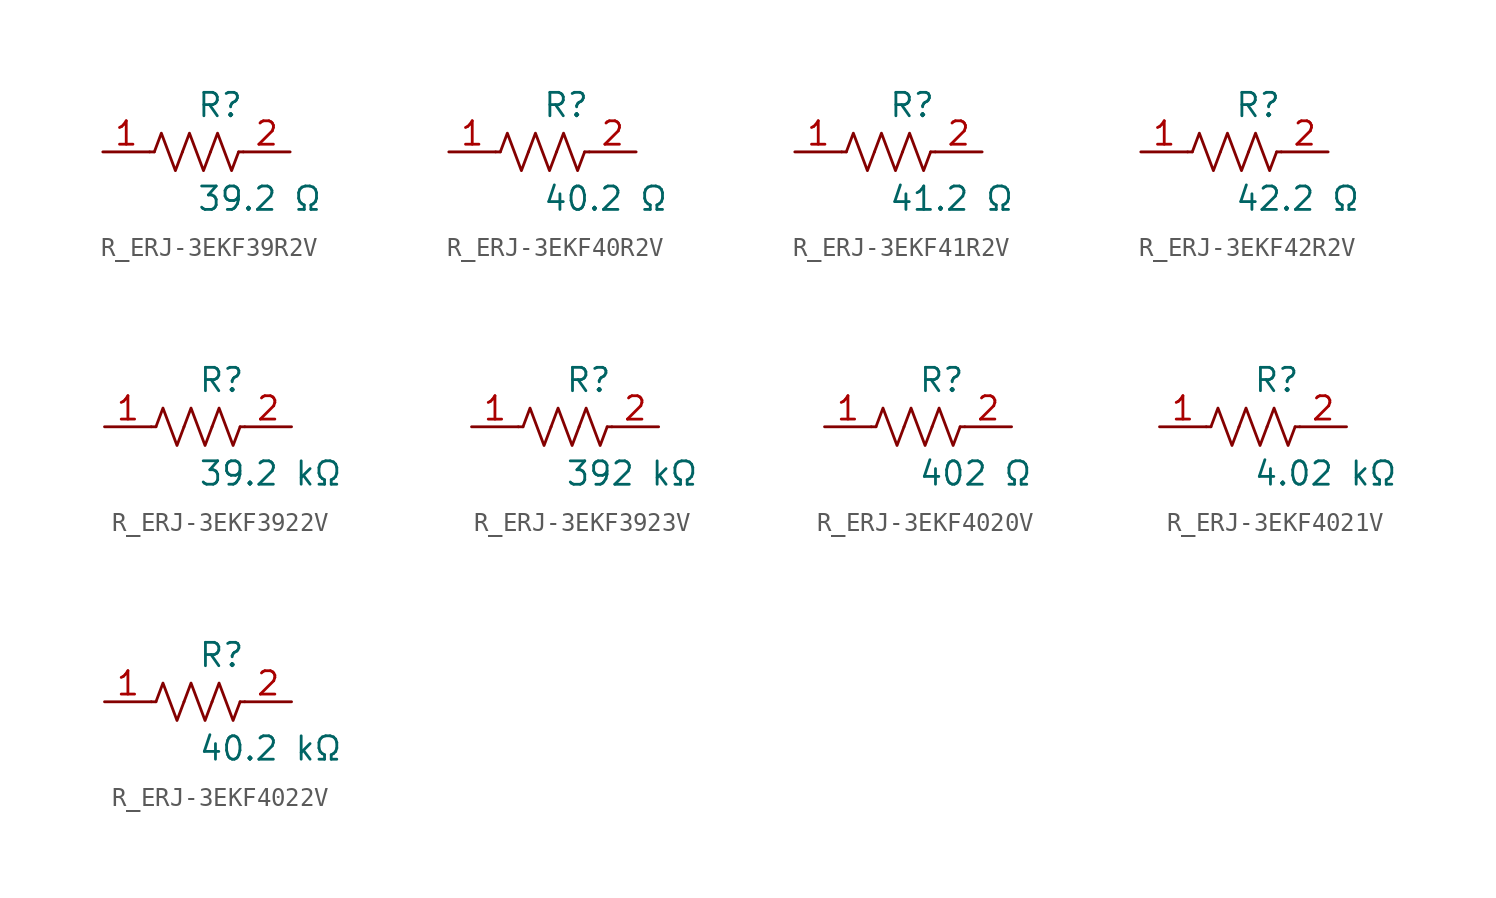
<source format=kicad_sym>
(kicad_symbol_lib
  (version 20231120)
  (generator "kicad_symbol_editor")
  (generator_version "8.0")
  (symbol "R_ERJ-3EKF39R2V"
    (pin_names
      (offset 0.254))
    (property "Reference" "R"
      (at 0 2.54 0)
      (effects (font (size 1.27 1.27)) (justify left)))
    (property "Value" "39.2 Ω"
      (at 0 -2.54 0)
      (effects (font (size 1.27 1.27)) (justify left)))
    (symbol "R_ERJ-3EKF39R2V_0_1"
      (polyline (pts (xy 2.286 0) (xy 2.54 0)) (stroke (width 0) (type default)) (fill (type none)))
      (polyline (pts (xy -2.286 0) (xy -2.54 0)) (stroke (width 0) (type default)) (fill (type none)))
      (polyline (pts (xy 0.762 0) (xy 1.143 1.016) (xy 1.524 0) (xy 1.905 -1.016) (xy 2.286 0)) (stroke (width 0) (type default)) (fill (type none)))
      (polyline (pts (xy -0.762 0) (xy -0.381 1.016) (xy 0 0) (xy 0.381 -1.016) (xy 0.762 0)) (stroke (width 0) (type default)) (fill (type none)))
      (polyline (pts (xy -2.286 0) (xy -1.905 1.016) (xy -1.524 0) (xy -1.143 -1.016) (xy -0.762 0)) (stroke (width 0) (type default)) (fill (type none))))
    (pin unspecified line
      (at -5.08 0 0)
      (length 2.54)
      (name "" (effects (font (size 1.27 1.27))))
      (number "1" (effects (font (size 1.27 1.27)))))
    (pin unspecified line
      (at 5.08 0 180)
      (length 2.54)
      (name "" (effects (font (size 1.27 1.27))))
      (number "2" (effects (font (size 1.27 1.27))))))
  (symbol "R_ERJ-3EKF40R2V"
    (pin_names
      (offset 0.254))
    (property "Reference" "R"
      (at 0 2.54 0)
      (effects (font (size 1.27 1.27)) (justify left)))
    (property "Value" "40.2 Ω"
      (at 0 -2.54 0)
      (effects (font (size 1.27 1.27)) (justify left)))
    (symbol "R_ERJ-3EKF40R2V_0_1"
      (polyline (pts (xy 2.286 0) (xy 2.54 0)) (stroke (width 0) (type default)) (fill (type none)))
      (polyline (pts (xy -2.286 0) (xy -2.54 0)) (stroke (width 0) (type default)) (fill (type none)))
      (polyline (pts (xy 0.762 0) (xy 1.143 1.016) (xy 1.524 0) (xy 1.905 -1.016) (xy 2.286 0)) (stroke (width 0) (type default)) (fill (type none)))
      (polyline (pts (xy -0.762 0) (xy -0.381 1.016) (xy 0 0) (xy 0.381 -1.016) (xy 0.762 0)) (stroke (width 0) (type default)) (fill (type none)))
      (polyline (pts (xy -2.286 0) (xy -1.905 1.016) (xy -1.524 0) (xy -1.143 -1.016) (xy -0.762 0)) (stroke (width 0) (type default)) (fill (type none))))
    (pin unspecified line
      (at -5.08 0 0)
      (length 2.54)
      (name "" (effects (font (size 1.27 1.27))))
      (number "1" (effects (font (size 1.27 1.27)))))
    (pin unspecified line
      (at 5.08 0 180)
      (length 2.54)
      (name "" (effects (font (size 1.27 1.27))))
      (number "2" (effects (font (size 1.27 1.27))))))
  (symbol "R_ERJ-3EKF41R2V"
    (pin_names
      (offset 0.254))
    (property "Reference" "R"
      (at 0 2.54 0)
      (effects (font (size 1.27 1.27)) (justify left)))
    (property "Value" "41.2 Ω"
      (at 0 -2.54 0)
      (effects (font (size 1.27 1.27)) (justify left)))
    (symbol "R_ERJ-3EKF41R2V_0_1"
      (polyline (pts (xy 2.286 0) (xy 2.54 0)) (stroke (width 0) (type default)) (fill (type none)))
      (polyline (pts (xy -2.286 0) (xy -2.54 0)) (stroke (width 0) (type default)) (fill (type none)))
      (polyline (pts (xy 0.762 0) (xy 1.143 1.016) (xy 1.524 0) (xy 1.905 -1.016) (xy 2.286 0)) (stroke (width 0) (type default)) (fill (type none)))
      (polyline (pts (xy -0.762 0) (xy -0.381 1.016) (xy 0 0) (xy 0.381 -1.016) (xy 0.762 0)) (stroke (width 0) (type default)) (fill (type none)))
      (polyline (pts (xy -2.286 0) (xy -1.905 1.016) (xy -1.524 0) (xy -1.143 -1.016) (xy -0.762 0)) (stroke (width 0) (type default)) (fill (type none))))
    (pin unspecified line
      (at -5.08 0 0)
      (length 2.54)
      (name "" (effects (font (size 1.27 1.27))))
      (number "1" (effects (font (size 1.27 1.27)))))
    (pin unspecified line
      (at 5.08 0 180)
      (length 2.54)
      (name "" (effects (font (size 1.27 1.27))))
      (number "2" (effects (font (size 1.27 1.27))))))
  (symbol "R_ERJ-3EKF42R2V"
    (pin_names
      (offset 0.254))
    (property "Reference" "R"
      (at 0 2.54 0)
      (effects (font (size 1.27 1.27)) (justify left)))
    (property "Value" "42.2 Ω"
      (at 0 -2.54 0)
      (effects (font (size 1.27 1.27)) (justify left)))
    (symbol "R_ERJ-3EKF42R2V_0_1"
      (polyline (pts (xy 2.286 0) (xy 2.54 0)) (stroke (width 0) (type default)) (fill (type none)))
      (polyline (pts (xy -2.286 0) (xy -2.54 0)) (stroke (width 0) (type default)) (fill (type none)))
      (polyline (pts (xy 0.762 0) (xy 1.143 1.016) (xy 1.524 0) (xy 1.905 -1.016) (xy 2.286 0)) (stroke (width 0) (type default)) (fill (type none)))
      (polyline (pts (xy -0.762 0) (xy -0.381 1.016) (xy 0 0) (xy 0.381 -1.016) (xy 0.762 0)) (stroke (width 0) (type default)) (fill (type none)))
      (polyline (pts (xy -2.286 0) (xy -1.905 1.016) (xy -1.524 0) (xy -1.143 -1.016) (xy -0.762 0)) (stroke (width 0) (type default)) (fill (type none))))
    (pin unspecified line
      (at -5.08 0 0)
      (length 2.54)
      (name "" (effects (font (size 1.27 1.27))))
      (number "1" (effects (font (size 1.27 1.27)))))
    (pin unspecified line
      (at 5.08 0 180)
      (length 2.54)
      (name "" (effects (font (size 1.27 1.27))))
      (number "2" (effects (font (size 1.27 1.27))))))
  (symbol "R_ERJ-3EKF3922V"
    (pin_names
      (offset 0.254))
    (property "Reference" "R"
      (at 0 2.54 0)
      (effects (font (size 1.27 1.27)) (justify left)))
    (property "Value" "39.2 kΩ"
      (at 0 -2.54 0)
      (effects (font (size 1.27 1.27)) (justify left)))
    (symbol "R_ERJ-3EKF3922V_0_1"
      (polyline (pts (xy 2.286 0) (xy 2.54 0)) (stroke (width 0) (type default)) (fill (type none)))
      (polyline (pts (xy -2.286 0) (xy -2.54 0)) (stroke (width 0) (type default)) (fill (type none)))
      (polyline (pts (xy 0.762 0) (xy 1.143 1.016) (xy 1.524 0) (xy 1.905 -1.016) (xy 2.286 0)) (stroke (width 0) (type default)) (fill (type none)))
      (polyline (pts (xy -0.762 0) (xy -0.381 1.016) (xy 0 0) (xy 0.381 -1.016) (xy 0.762 0)) (stroke (width 0) (type default)) (fill (type none)))
      (polyline (pts (xy -2.286 0) (xy -1.905 1.016) (xy -1.524 0) (xy -1.143 -1.016) (xy -0.762 0)) (stroke (width 0) (type default)) (fill (type none))))
    (pin unspecified line
      (at -5.08 0 0)
      (length 2.54)
      (name "" (effects (font (size 1.27 1.27))))
      (number "1" (effects (font (size 1.27 1.27)))))
    (pin unspecified line
      (at 5.08 0 180)
      (length 2.54)
      (name "" (effects (font (size 1.27 1.27))))
      (number "2" (effects (font (size 1.27 1.27))))))
  (symbol "R_ERJ-3EKF3923V"
    (pin_names
      (offset 0.254))
    (property "Reference" "R"
      (at 0 2.54 0)
      (effects (font (size 1.27 1.27)) (justify left)))
    (property "Value" "392 kΩ"
      (at 0 -2.54 0)
      (effects (font (size 1.27 1.27)) (justify left)))
    (symbol "R_ERJ-3EKF3923V_0_1"
      (polyline (pts (xy 2.286 0) (xy 2.54 0)) (stroke (width 0) (type default)) (fill (type none)))
      (polyline (pts (xy -2.286 0) (xy -2.54 0)) (stroke (width 0) (type default)) (fill (type none)))
      (polyline (pts (xy 0.762 0) (xy 1.143 1.016) (xy 1.524 0) (xy 1.905 -1.016) (xy 2.286 0)) (stroke (width 0) (type default)) (fill (type none)))
      (polyline (pts (xy -0.762 0) (xy -0.381 1.016) (xy 0 0) (xy 0.381 -1.016) (xy 0.762 0)) (stroke (width 0) (type default)) (fill (type none)))
      (polyline (pts (xy -2.286 0) (xy -1.905 1.016) (xy -1.524 0) (xy -1.143 -1.016) (xy -0.762 0)) (stroke (width 0) (type default)) (fill (type none))))
    (pin unspecified line
      (at -5.08 0 0)
      (length 2.54)
      (name "" (effects (font (size 1.27 1.27))))
      (number "1" (effects (font (size 1.27 1.27)))))
    (pin unspecified line
      (at 5.08 0 180)
      (length 2.54)
      (name "" (effects (font (size 1.27 1.27))))
      (number "2" (effects (font (size 1.27 1.27))))))
  (symbol "R_ERJ-3EKF4020V"
    (pin_names
      (offset 0.254))
    (property "Reference" "R"
      (at 0 2.54 0)
      (effects (font (size 1.27 1.27)) (justify left)))
    (property "Value" "402 Ω"
      (at 0 -2.54 0)
      (effects (font (size 1.27 1.27)) (justify left)))
    (symbol "R_ERJ-3EKF4020V_0_1"
      (polyline (pts (xy 2.286 0) (xy 2.54 0)) (stroke (width 0) (type default)) (fill (type none)))
      (polyline (pts (xy -2.286 0) (xy -2.54 0)) (stroke (width 0) (type default)) (fill (type none)))
      (polyline (pts (xy 0.762 0) (xy 1.143 1.016) (xy 1.524 0) (xy 1.905 -1.016) (xy 2.286 0)) (stroke (width 0) (type default)) (fill (type none)))
      (polyline (pts (xy -0.762 0) (xy -0.381 1.016) (xy 0 0) (xy 0.381 -1.016) (xy 0.762 0)) (stroke (width 0) (type default)) (fill (type none)))
      (polyline (pts (xy -2.286 0) (xy -1.905 1.016) (xy -1.524 0) (xy -1.143 -1.016) (xy -0.762 0)) (stroke (width 0) (type default)) (fill (type none))))
    (pin unspecified line
      (at -5.08 0 0)
      (length 2.54)
      (name "" (effects (font (size 1.27 1.27))))
      (number "1" (effects (font (size 1.27 1.27)))))
    (pin unspecified line
      (at 5.08 0 180)
      (length 2.54)
      (name "" (effects (font (size 1.27 1.27))))
      (number "2" (effects (font (size 1.27 1.27))))))
  (symbol "R_ERJ-3EKF4021V"
    (pin_names
      (offset 0.254))
    (property "Reference" "R"
      (at 0 2.54 0)
      (effects (font (size 1.27 1.27)) (justify left)))
    (property "Value" "4.02 kΩ"
      (at 0 -2.54 0)
      (effects (font (size 1.27 1.27)) (justify left)))
    (symbol "R_ERJ-3EKF4021V_0_1"
      (polyline (pts (xy 2.286 0) (xy 2.54 0)) (stroke (width 0) (type default)) (fill (type none)))
      (polyline (pts (xy -2.286 0) (xy -2.54 0)) (stroke (width 0) (type default)) (fill (type none)))
      (polyline (pts (xy 0.762 0) (xy 1.143 1.016) (xy 1.524 0) (xy 1.905 -1.016) (xy 2.286 0)) (stroke (width 0) (type default)) (fill (type none)))
      (polyline (pts (xy -0.762 0) (xy -0.381 1.016) (xy 0 0) (xy 0.381 -1.016) (xy 0.762 0)) (stroke (width 0) (type default)) (fill (type none)))
      (polyline (pts (xy -2.286 0) (xy -1.905 1.016) (xy -1.524 0) (xy -1.143 -1.016) (xy -0.762 0)) (stroke (width 0) (type default)) (fill (type none))))
    (pin unspecified line
      (at -5.08 0 0)
      (length 2.54)
      (name "" (effects (font (size 1.27 1.27))))
      (number "1" (effects (font (size 1.27 1.27)))))
    (pin unspecified line
      (at 5.08 0 180)
      (length 2.54)
      (name "" (effects (font (size 1.27 1.27))))
      (number "2" (effects (font (size 1.27 1.27))))))
  (symbol "R_ERJ-3EKF4022V"
    (pin_names
      (offset 0.254))
    (property "Reference" "R"
      (at 0 2.54 0)
      (effects (font (size 1.27 1.27)) (justify left)))
    (property "Value" "40.2 kΩ"
      (at 0 -2.54 0)
      (effects (font (size 1.27 1.27)) (justify left)))
    (symbol "R_ERJ-3EKF4022V_0_1"
      (polyline (pts (xy 2.286 0) (xy 2.54 0)) (stroke (width 0) (type default)) (fill (type none)))
      (polyline (pts (xy -2.286 0) (xy -2.54 0)) (stroke (width 0) (type default)) (fill (type none)))
      (polyline (pts (xy 0.762 0) (xy 1.143 1.016) (xy 1.524 0) (xy 1.905 -1.016) (xy 2.286 0)) (stroke (width 0) (type default)) (fill (type none)))
      (polyline (pts (xy -0.762 0) (xy -0.381 1.016) (xy 0 0) (xy 0.381 -1.016) (xy 0.762 0)) (stroke (width 0) (type default)) (fill (type none)))
      (polyline (pts (xy -2.286 0) (xy -1.905 1.016) (xy -1.524 0) (xy -1.143 -1.016) (xy -0.762 0)) (stroke (width 0) (type default)) (fill (type none))))
    (pin unspecified line
      (at -5.08 0 0)
      (length 2.54)
      (name "" (effects (font (size 1.27 1.27))))
      (number "1" (effects (font (size 1.27 1.27)))))
    (pin unspecified line
      (at 5.08 0 180)
      (length 2.54)
      (name "" (effects (font (size 1.27 1.27))))
      (number "2" (effects (font (size 1.27 1.27)))))))
</source>
